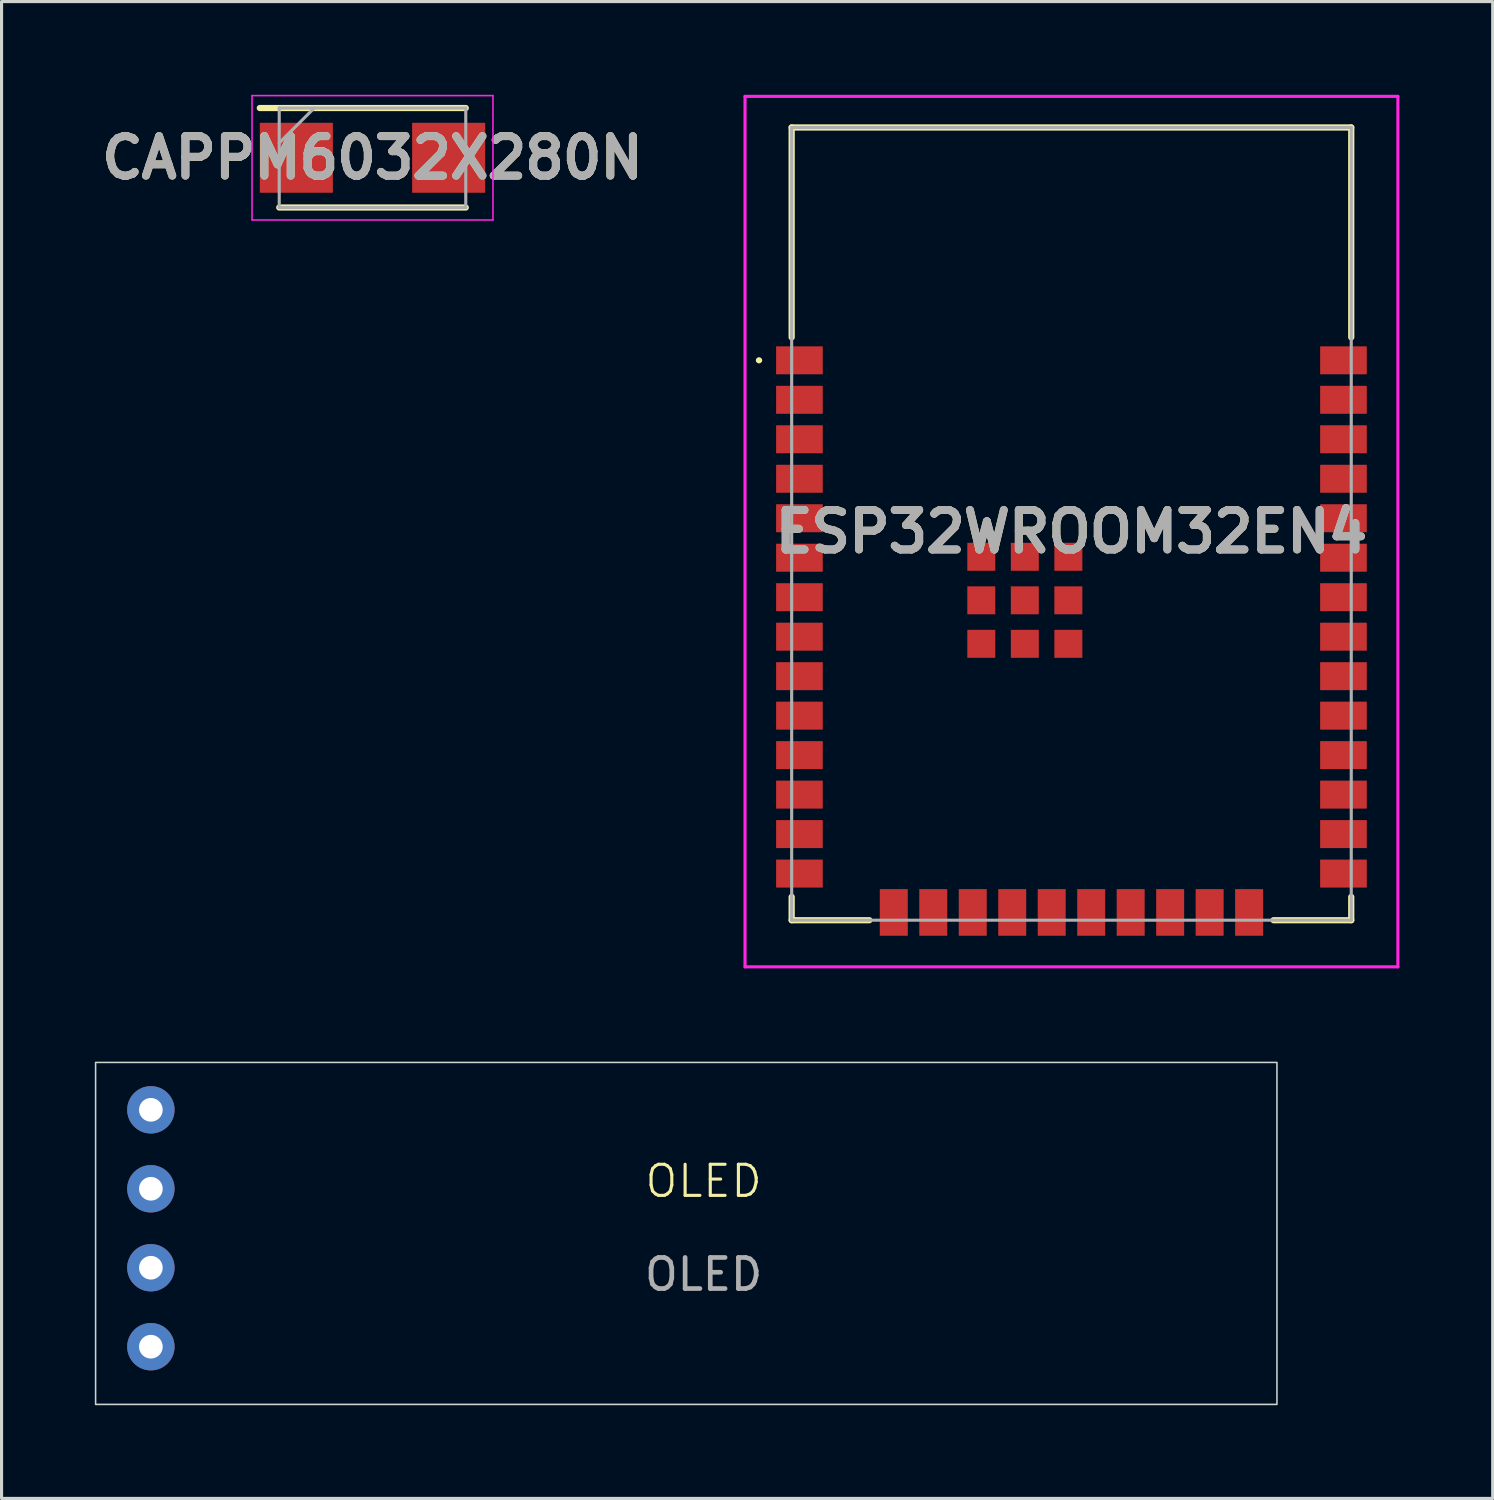
<source format=kicad_pcb>
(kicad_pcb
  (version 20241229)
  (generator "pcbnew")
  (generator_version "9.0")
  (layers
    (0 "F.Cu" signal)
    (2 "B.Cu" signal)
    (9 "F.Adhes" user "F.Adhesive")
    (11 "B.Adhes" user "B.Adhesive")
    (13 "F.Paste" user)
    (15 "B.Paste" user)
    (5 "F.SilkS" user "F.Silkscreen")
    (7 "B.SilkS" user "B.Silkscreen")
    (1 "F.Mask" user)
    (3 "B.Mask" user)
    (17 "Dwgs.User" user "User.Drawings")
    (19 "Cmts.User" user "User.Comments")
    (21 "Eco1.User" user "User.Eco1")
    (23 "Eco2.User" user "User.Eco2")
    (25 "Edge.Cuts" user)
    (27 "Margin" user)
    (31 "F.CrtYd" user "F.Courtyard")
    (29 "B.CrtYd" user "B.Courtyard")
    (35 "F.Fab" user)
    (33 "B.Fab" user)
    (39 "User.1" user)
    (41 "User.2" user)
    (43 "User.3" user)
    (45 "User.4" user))
  (footprint "CAPPM6032X280N"
    (layer "F.Cu")
    (at 8.932 2.025)
    (property "Reference" "CAPPM6032X280N" (at 0 0 0) (layer "F.SilkS") (effects (font (size 1.27 1.27) (thickness 0.254))))
    (attr smd)
    (fp_line (start -3 1.6) (end 3 1.6) (stroke (width 0.2) (type solid)) (layer "F.SilkS"))
    (fp_line (start 3 -1.6) (end -3.625 -1.6) (stroke (width 0.2) (type solid)) (layer "F.SilkS"))
    (fp_line (start -3.875 -2) (end 3.875 -2) (stroke (width 0.05) (type solid)) (layer "F.CrtYd"))
    (fp_line (start -3.875 2) (end -3.875 -2) (stroke (width 0.05) (type solid)) (layer "F.CrtYd"))
    (fp_line (start 3.875 -2) (end 3.875 2) (stroke (width 0.05) (type solid)) (layer "F.CrtYd"))
    (fp_line (start 3.875 2) (end -3.875 2) (stroke (width 0.05) (type solid)) (layer "F.CrtYd"))
    (fp_line (start -3 -1.6) (end 3 -1.6) (stroke (width 0.1) (type solid)) (layer "F.Fab"))
    (fp_line (start -3 -0.475) (end -1.875 -1.6) (stroke (width 0.1) (type solid)) (layer "F.Fab"))
    (fp_line (start -3 1.6) (end -3 -1.6) (stroke (width 0.1) (type solid)) (layer "F.Fab"))
    (fp_line (start 3 -1.6) (end 3 1.6) (stroke (width 0.1) (type solid)) (layer "F.Fab"))
    (fp_line (start 3 1.6) (end -3 1.6) (stroke (width 0.1) (type solid)) (layer "F.Fab"))
    (fp_text user "${REFERENCE}" (at 0 0 0) (layer "F.Fab") (effects (font (size 1.27 1.27) (thickness 0.254))))
    (pad "1" smd rect (at -2.45 0 90) (size 2.25 2.35) (layers "F.Cu" "F.Mask" "F.Paste"))
    (pad "2" smd rect (at 2.45 0 90) (size 2.25 2.35) (layers "F.Cu" "F.Mask" "F.Paste")))
  (footprint "OLED"
    (layer "F.Cu")
    (at 19.329 36.459)
    (property "Reference" "OLED" (at 0.254 -1.516 0) (unlocked yes) (layer "F.SilkS") (effects (font (size 1 1) (thickness 0.1))))
    (attr through_hole)
    (fp_rect (start -19.304 -5.334) (end 18.696 5.666) (stroke (width 0.05) (type default)) (fill no) (layer "Edge.Cuts"))
    (fp_circle (center -17.526 -3.81) (end -17.272 -3.81) (stroke (width 0.05) (type default)) (fill no) (layer "Edge.Cuts"))
    (fp_circle (center -17.526 -1.27) (end -17.272 -1.27) (stroke (width 0.05) (type default)) (fill no) (layer "Edge.Cuts"))
    (fp_circle (center -17.526 1.27) (end -17.272 1.27) (stroke (width 0.05) (type default)) (fill no) (layer "Edge.Cuts"))
    (fp_circle (center -17.526 3.81) (end -17.272 3.81) (stroke (width 0.05) (type default)) (fill no) (layer "Edge.Cuts"))
    (fp_text user "${REFERENCE}" (at 0.254 1.484 0) (unlocked yes) (layer "F.Fab") (effects (font (size 1 1) (thickness 0.15))))
    (pad "1" thru_hole circle (at -17.526 3.81) (size 1.524 1.524) (drill 0.762) (layers "*.Cu" "*.Mask"))
    (pad "2" thru_hole circle (at -17.526 1.27) (size 1.524 1.524) (drill 0.762) (layers "*.Cu" "*.Mask"))
    (pad "3" thru_hole circle (at -17.526 -1.27) (size 1.524 1.524) (drill 0.762) (layers "*.Cu" "*.Mask"))
    (pad "4" thru_hole circle (at -17.526 -3.81) (size 1.524 1.524) (drill 0.762) (layers "*.Cu" "*.Mask")))
  (footprint "ESP32WROOM32EN4"
    (layer "F.Cu")
    (at 31.415 13.8)
    (property "Reference" "ESP32WROOM32EN4" (at 0 0.25 0) (layer "F.SilkS") (effects (font (size 1.27 1.27) (thickness 0.254))))
    (attr smd)
    (fp_line (start -10.1 -5.26) (end -10.1 -5.26) (stroke (width 0.1) (type solid)) (layer "F.SilkS"))
    (fp_line (start -10 -5.26) (end -10 -5.26) (stroke (width 0.1) (type solid)) (layer "F.SilkS"))
    (fp_line (start -9 -12.75) (end 9 -12.75) (stroke (width 0.2) (type solid)) (layer "F.SilkS"))
    (fp_line (start -9 -6) (end -9 -12.75) (stroke (width 0.2) (type solid)) (layer "F.SilkS"))
    (fp_line (start -9 12.75) (end -9 12) (stroke (width 0.2) (type solid)) (layer "F.SilkS"))
    (fp_line (start -6.5 12.75) (end -9 12.75) (stroke (width 0.2) (type solid)) (layer "F.SilkS"))
    (fp_line (start 9 -12.75) (end 9 -6) (stroke (width 0.2) (type solid)) (layer "F.SilkS"))
    (fp_line (start 9 12) (end 9 12.75) (stroke (width 0.2) (type solid)) (layer "F.SilkS"))
    (fp_line (start 9 12.75) (end 6.5 12.75) (stroke (width 0.2) (type solid)) (layer "F.SilkS"))
    (fp_arc (start -10.1 -5.26) (mid -10.05 -5.31) (end -10 -5.26) (stroke (width 0.1) (type solid)) (layer "F.SilkS"))
    (fp_arc (start -10 -5.26) (mid -10.05 -5.21) (end -10.1 -5.26) (stroke (width 0.1) (type solid)) (layer "F.SilkS"))
    (fp_line (start -10.5 -13.75) (end 10.5 -13.75) (stroke (width 0.1) (type solid)) (layer "F.CrtYd"))
    (fp_line (start -10.5 14.25) (end -10.5 -13.75) (stroke (width 0.1) (type solid)) (layer "F.CrtYd"))
    (fp_line (start 10.5 -13.75) (end 10.5 14.25) (stroke (width 0.1) (type solid)) (layer "F.CrtYd"))
    (fp_line (start 10.5 14.25) (end -10.5 14.25) (stroke (width 0.1) (type solid)) (layer "F.CrtYd"))
    (fp_line (start -9 -12.75) (end -9 12.75) (stroke (width 0.1) (type solid)) (layer "F.Fab"))
    (fp_line (start -9 12.75) (end 9 12.75) (stroke (width 0.1) (type solid)) (layer "F.Fab"))
    (fp_line (start 9 -12.75) (end -9 -12.75) (stroke (width 0.1) (type solid)) (layer "F.Fab"))
    (fp_line (start 9 12.75) (end 9 -12.75) (stroke (width 0.1) (type solid)) (layer "F.Fab"))
    (fp_text user "${REFERENCE}" (at 0 0.25 0) (layer "F.Fab") (effects (font (size 1.27 1.27) (thickness 0.254))))
    (pad "1" smd rect (at -8.75 -5.26 90) (size 0.9 1.5) (layers "F.Cu" "F.Mask" "F.Paste"))
    (pad "2" smd rect (at -8.75 -3.99 90) (size 0.9 1.5) (layers "F.Cu" "F.Mask" "F.Paste"))
    (pad "3" smd rect (at -8.75 -2.72 90) (size 0.9 1.5) (layers "F.Cu" "F.Mask" "F.Paste"))
    (pad "4" smd rect (at -8.75 -1.45 90) (size 0.9 1.5) (layers "F.Cu" "F.Mask" "F.Paste"))
    (pad "5" smd rect (at -8.75 -0.18 90) (size 0.9 1.5) (layers "F.Cu" "F.Mask" "F.Paste"))
    (pad "6" smd rect (at -8.75 1.09 90) (size 0.9 1.5) (layers "F.Cu" "F.Mask" "F.Paste"))
    (pad "7" smd rect (at -8.75 2.36 90) (size 0.9 1.5) (layers "F.Cu" "F.Mask" "F.Paste"))
    (pad "8" smd rect (at -8.75 3.63 90) (size 0.9 1.5) (layers "F.Cu" "F.Mask" "F.Paste"))
    (pad "9" smd rect (at -8.75 4.9 90) (size 0.9 1.5) (layers "F.Cu" "F.Mask" "F.Paste"))
    (pad "10" smd rect (at -8.75 6.17 90) (size 0.9 1.5) (layers "F.Cu" "F.Mask" "F.Paste"))
    (pad "11" smd rect (at -8.75 7.44 90) (size 0.9 1.5) (layers "F.Cu" "F.Mask" "F.Paste"))
    (pad "12" smd rect (at -8.75 8.71 90) (size 0.9 1.5) (layers "F.Cu" "F.Mask" "F.Paste"))
    (pad "13" smd rect (at -8.75 9.98 90) (size 0.9 1.5) (layers "F.Cu" "F.Mask" "F.Paste"))
    (pad "14" smd rect (at -8.75 11.25 90) (size 0.9 1.5) (layers "F.Cu" "F.Mask" "F.Paste"))
    (pad "15" smd rect (at -5.715 12.5) (size 0.9 1.5) (layers "F.Cu" "F.Mask" "F.Paste"))
    (pad "16" smd rect (at -4.445 12.5) (size 0.9 1.5) (layers "F.Cu" "F.Mask" "F.Paste"))
    (pad "17" smd rect (at -3.175 12.5) (size 0.9 1.5) (layers "F.Cu" "F.Mask" "F.Paste"))
    (pad "18" smd rect (at -1.905 12.5) (size 0.9 1.5) (layers "F.Cu" "F.Mask" "F.Paste"))
    (pad "19" smd rect (at -0.635 12.5) (size 0.9 1.5) (layers "F.Cu" "F.Mask" "F.Paste"))
    (pad "20" smd rect (at 0.635 12.5) (size 0.9 1.5) (layers "F.Cu" "F.Mask" "F.Paste"))
    (pad "21" smd rect (at 1.905 12.5) (size 0.9 1.5) (layers "F.Cu" "F.Mask" "F.Paste"))
    (pad "22" smd rect (at 3.175 12.5) (size 0.9 1.5) (layers "F.Cu" "F.Mask" "F.Paste"))
    (pad "23" smd rect (at 4.445 12.5) (size 0.9 1.5) (layers "F.Cu" "F.Mask" "F.Paste"))
    (pad "24" smd rect (at 5.715 12.5) (size 0.9 1.5) (layers "F.Cu" "F.Mask" "F.Paste"))
    (pad "25" smd rect (at 8.75 11.25 90) (size 0.9 1.5) (layers "F.Cu" "F.Mask" "F.Paste"))
    (pad "26" smd rect (at 8.75 9.98 90) (size 0.9 1.5) (layers "F.Cu" "F.Mask" "F.Paste"))
    (pad "27" smd rect (at 8.75 8.71 90) (size 0.9 1.5) (layers "F.Cu" "F.Mask" "F.Paste"))
    (pad "28" smd rect (at 8.75 7.44 90) (size 0.9 1.5) (layers "F.Cu" "F.Mask" "F.Paste"))
    (pad "29" smd rect (at 8.75 6.17 90) (size 0.9 1.5) (layers "F.Cu" "F.Mask" "F.Paste"))
    (pad "30" smd rect (at 8.75 4.9 90) (size 0.9 1.5) (layers "F.Cu" "F.Mask" "F.Paste"))
    (pad "31" smd rect (at 8.75 3.63 90) (size 0.9 1.5) (layers "F.Cu" "F.Mask" "F.Paste"))
    (pad "32" smd rect (at 8.75 2.36 90) (size 0.9 1.5) (layers "F.Cu" "F.Mask" "F.Paste"))
    (pad "33" smd rect (at 8.75 1.09 90) (size 0.9 1.5) (layers "F.Cu" "F.Mask" "F.Paste"))
    (pad "34" smd rect (at 8.75 -0.18 90) (size 0.9 1.5) (layers "F.Cu" "F.Mask" "F.Paste"))
    (pad "35" smd rect (at 8.75 -1.45 90) (size 0.9 1.5) (layers "F.Cu" "F.Mask" "F.Paste"))
    (pad "36" smd rect (at 8.75 -2.72 90) (size 0.9 1.5) (layers "F.Cu" "F.Mask" "F.Paste"))
    (pad "37" smd rect (at 8.75 -3.99 90) (size 0.9 1.5) (layers "F.Cu" "F.Mask" "F.Paste"))
    (pad "38" smd rect (at 8.75 -5.26 90) (size 0.9 1.5) (layers "F.Cu" "F.Mask" "F.Paste"))
    (pad "39" smd rect (at -2.9 1.06 90) (size 0.9 0.9) (layers "F.Cu" "F.Mask" "F.Paste"))
    (pad "40" smd rect (at -2.9 2.46 90) (size 0.9 0.9) (layers "F.Cu" "F.Mask" "F.Paste"))
    (pad "41" smd rect (at -2.9 3.86 90) (size 0.9 0.9) (layers "F.Cu" "F.Mask" "F.Paste"))
    (pad "42" smd rect (at -1.5 3.86 90) (size 0.9 0.9) (layers "F.Cu" "F.Mask" "F.Paste"))
    (pad "43" smd rect (at -0.1 3.86 90) (size 0.9 0.9) (layers "F.Cu" "F.Mask" "F.Paste"))
    (pad "44" smd rect (at -0.1 2.46 90) (size 0.9 0.9) (layers "F.Cu" "F.Mask" "F.Paste"))
    (pad "45" smd rect (at -0.1 1.06 90) (size 0.9 0.9) (layers "F.Cu" "F.Mask" "F.Paste"))
    (pad "46" smd rect (at -1.5 1.06 90) (size 0.9 0.9) (layers "F.Cu" "F.Mask" "F.Paste"))
    (pad "47" smd rect (at -1.5 2.46 90) (size 0.9 0.9) (layers "F.Cu" "F.Mask" "F.Paste")))
  (gr_rect
    (start -3 -3)
    (end 44.965 45.15)
    (stroke (width 0.1) (type default))
    (fill no)
    (layer "Edge.Cuts")))
</source>
